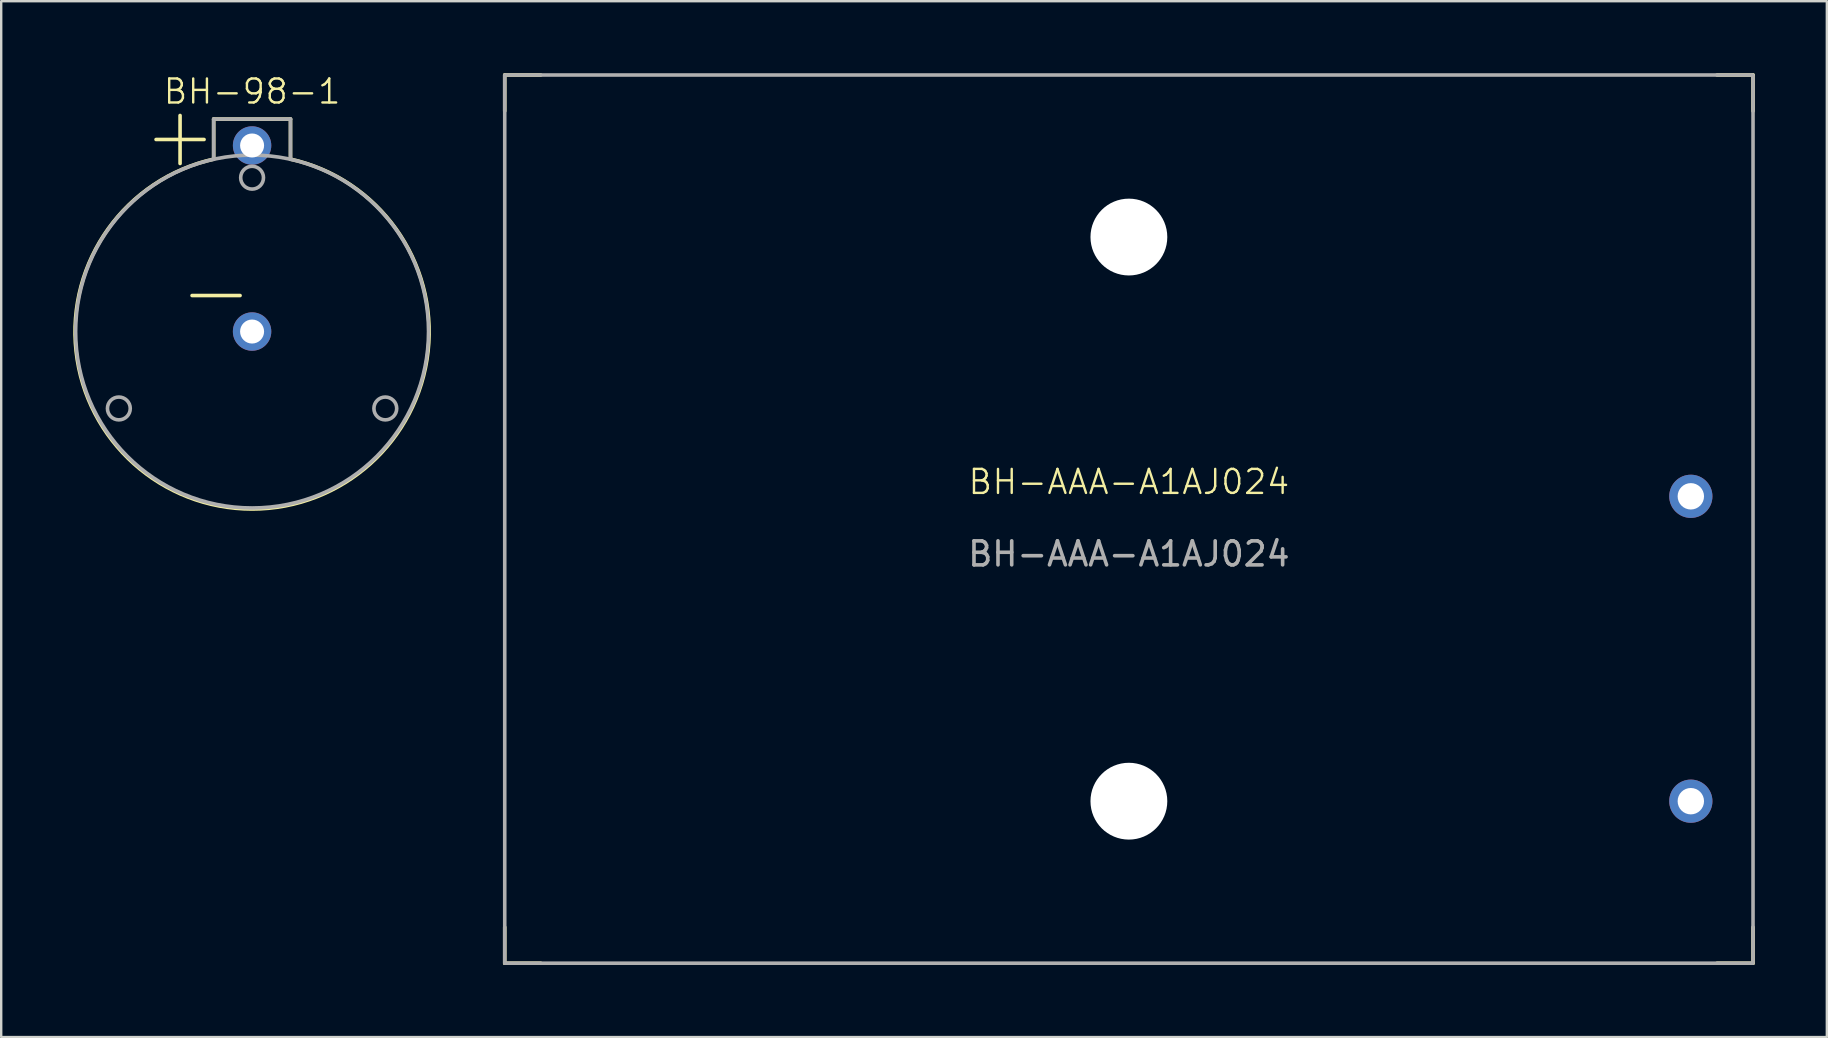
<source format=kicad_pcb>
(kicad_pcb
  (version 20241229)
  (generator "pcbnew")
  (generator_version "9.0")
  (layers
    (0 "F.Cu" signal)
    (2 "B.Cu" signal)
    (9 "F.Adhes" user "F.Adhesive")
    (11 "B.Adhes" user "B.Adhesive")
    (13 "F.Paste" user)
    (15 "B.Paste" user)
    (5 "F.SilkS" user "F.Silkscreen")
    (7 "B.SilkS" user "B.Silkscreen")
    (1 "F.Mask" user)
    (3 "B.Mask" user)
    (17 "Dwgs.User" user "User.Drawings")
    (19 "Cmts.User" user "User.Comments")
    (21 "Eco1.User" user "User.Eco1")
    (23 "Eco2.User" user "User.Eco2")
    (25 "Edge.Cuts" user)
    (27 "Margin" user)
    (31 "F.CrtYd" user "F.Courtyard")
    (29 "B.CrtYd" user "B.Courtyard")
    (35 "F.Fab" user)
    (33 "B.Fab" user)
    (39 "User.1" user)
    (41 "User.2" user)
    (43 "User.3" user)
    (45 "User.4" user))
  (footprint "BH-98-1"
    (layer "F.Cu")
    (at 7.451 10.761)
    (property "Reference" "BH-98-1" (at 0 -10 0) (unlocked yes) (layer "F.SilkS") (effects (font (size 1 1) (thickness 0.1))))
    (attr through_hole)
    (fp_line (start -3 -9) (end -3 -7) (stroke (width 0.15) (type default)) (layer "F.SilkS"))
    (fp_line (start -2 -8) (end -4 -8) (stroke (width 0.15) (type default)) (layer "F.SilkS"))
    (fp_line (start -1.6 -8.85) (end -1.6 -7.182) (stroke (width 0.15) (type default)) (layer "F.SilkS"))
    (fp_line (start -0.5 -1.5) (end -2.5 -1.5) (stroke (width 0.15) (type default)) (layer "F.SilkS"))
    (fp_line (start 1.6 -8.85) (end -1.6 -8.85) (stroke (width 0.15) (type default)) (layer "F.SilkS"))
    (fp_line (start 1.6 -7.182) (end 1.6 -8.85) (stroke (width 0.15) (type default)) (layer "F.SilkS"))
    (fp_arc (start 1.6 -7.1818) (mid 0 7.39383) (end -1.6 -7.1818) (stroke (width 0.15) (type default)) (layer "F.SilkS"))
    (fp_line (start -1.6 -8.85) (end -1.6 -7.2) (stroke (width 0.15) (type default)) (layer "F.Fab"))
    (fp_line (start -1.6 -8.85) (end 1.6 -8.85) (stroke (width 0.15) (type default)) (layer "F.Fab"))
    (fp_line (start 1.6 -8.85) (end 1.6 -7.2) (stroke (width 0.15) (type default)) (layer "F.Fab"))
    (fp_circle (center -5.55 3.204) (end -5.075 3.204) (stroke (width 0.15) (type default)) (fill no) (layer "F.Fab"))
    (fp_circle (center 0 -6.409) (end 0.475 -6.409) (stroke (width 0.15) (type default)) (fill no) (layer "F.Fab"))
    (fp_circle (center 0 0) (end 7.35 0) (stroke (width 0.15) (type default)) (fill no) (layer "F.Fab"))
    (fp_circle (center 5.55 3.204) (end 6.025 3.204) (stroke (width 0.15) (type default)) (fill no) (layer "F.Fab"))
    (pad "1" thru_hole circle (at 0 -7.75) (size 1.6 1.6) (drill 1) (layers "*.Cu" "*.Mask"))
    (pad "2" thru_hole circle (at 0 0) (size 1.6 1.6) (drill 1) (layers "*.Cu" "*.Mask")))
  (footprint "BH-AAA-A1AJ024"
    (layer "F.Cu")
    (at 43.976 18.575)
    (property "Reference" "BH-AAA-A1AJ024" (at 0 -1.55 0) (unlocked yes) (layer "F.SilkS") (effects (font (size 1 1) (thickness 0.1))))
    (attr through_hole)
    (fp_line (start -26 -18.5) (end -26 -17) (stroke (width 0.15) (type default)) (layer "F.SilkS"))
    (fp_line (start -26 -18.5) (end -24.5 -18.5) (stroke (width 0.15) (type default)) (layer "F.SilkS"))
    (fp_line (start -26 18.5) (end -26 17) (stroke (width 0.15) (type default)) (layer "F.SilkS"))
    (fp_line (start -26 18.5) (end -24.5 18.5) (stroke (width 0.15) (type default)) (layer "F.SilkS"))
    (fp_line (start 26 -18.5) (end 24.5 -18.5) (stroke (width 0.15) (type default)) (layer "F.SilkS"))
    (fp_line (start 26 -18.5) (end 26 -17) (stroke (width 0.15) (type default)) (layer "F.SilkS"))
    (fp_line (start 26 18.5) (end 24.5 18.5) (stroke (width 0.15) (type default)) (layer "F.SilkS"))
    (fp_line (start 26 18.5) (end 26 17) (stroke (width 0.15) (type default)) (layer "F.SilkS"))
    (fp_rect (start -26 -18.5) (end 26 18.5) (stroke (width 0.15) (type default)) (fill no) (layer "F.Fab"))
    (fp_text user "${REFERENCE}" (at 0 1.45 0) (unlocked yes) (layer "F.Fab") (effects (font (size 1 1) (thickness 0.15))))
    (pad "" np_thru_hole circle (at 0 -11.75) (size 3.2 3.2) (drill 3.2) (layers "*.Cu" "*.Mask"))
    (pad "" np_thru_hole circle (at 0 11.75) (size 3.2 3.2) (drill 3.2) (layers "*.Cu" "*.Mask"))
    (pad "1" thru_hole circle (at 23.409 11.75) (size 1.8 1.8) (drill 1.1) (layers "*.Cu" "*.Mask"))
    (pad "2" thru_hole circle (at 23.409 -0.95) (size 1.8 1.8) (drill 1.1) (layers "*.Cu" "*.Mask")))
  (gr_rect
    (start -3 -3)
    (end 73.051 40.15)
    (stroke (width 0.1) (type default))
    (fill no)
    (layer "Edge.Cuts")))
</source>
